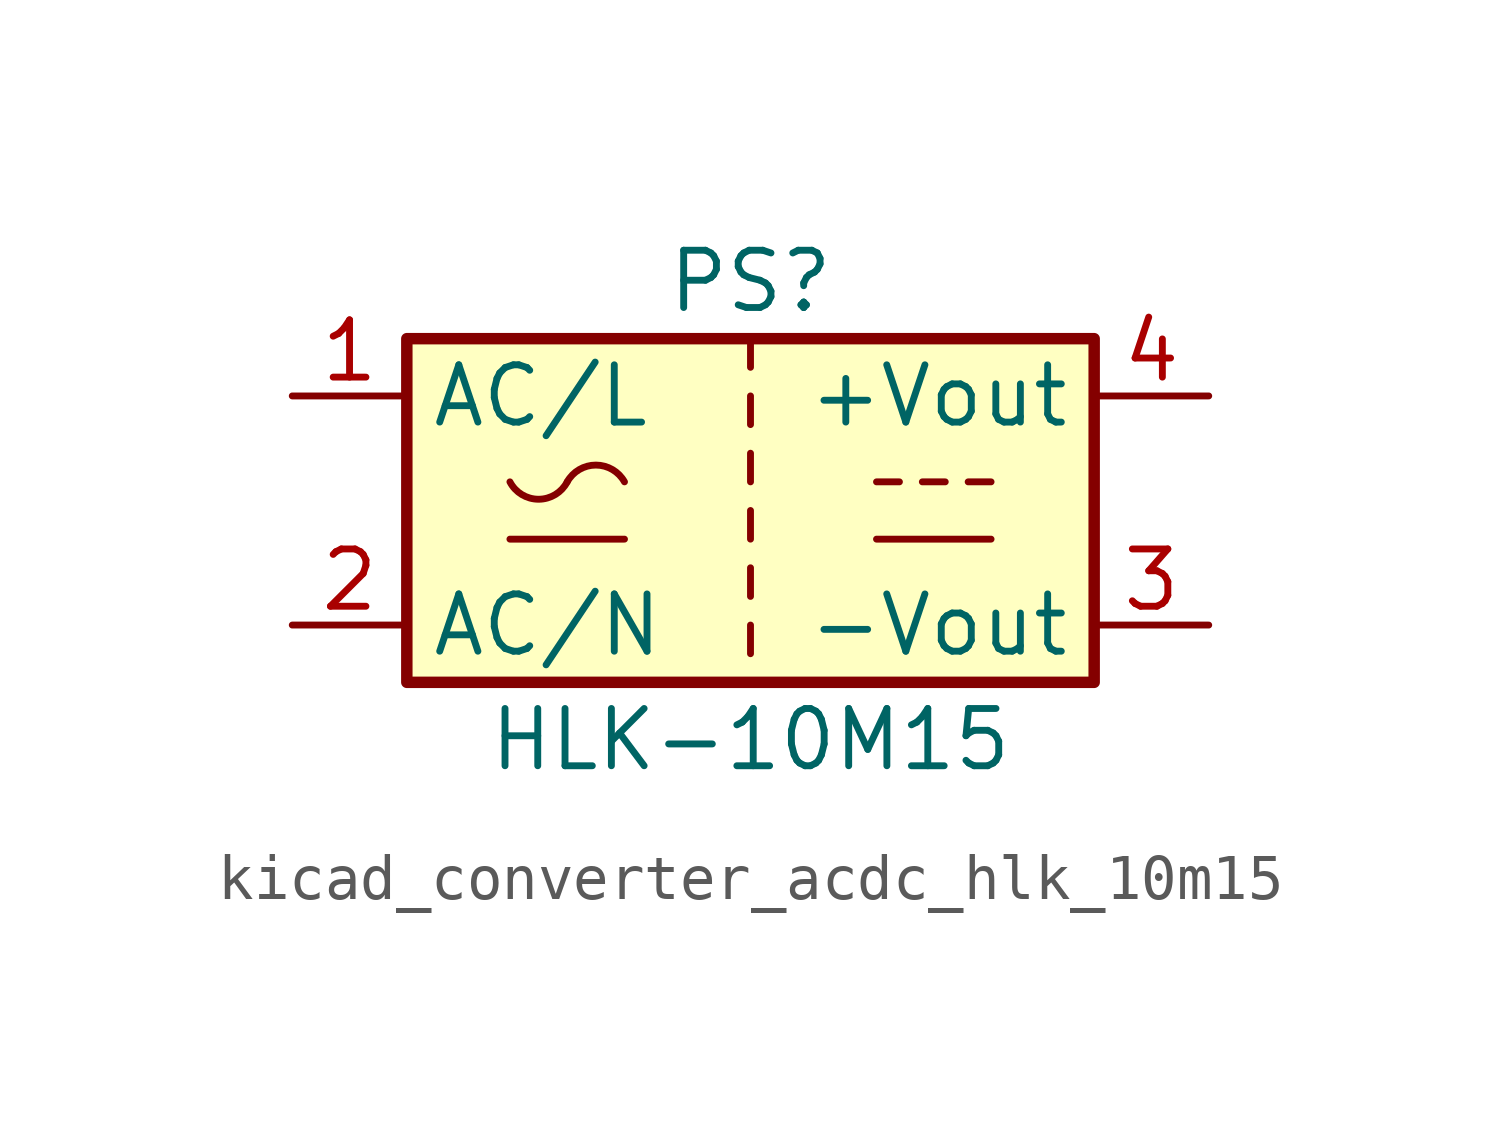
<source format=kicad_sym>
(kicad_symbol_lib
  (version 20220914)
  (generator kicad_symbol_editor)
  (symbol "kicad_converter_acdc_hlk_10m15"
    (property "Reference" "PS"
      (at 0 5.08 0)
      (effects (font (size 1.27 1.27))))
    (property "Value" "HLK-10M15"
      (at 0 -5.08 0)
      (effects (font (size 1.27 1.27))))
    (symbol "kicad_converter_acdc_hlk_10m15_0_1"
      (rectangle (start -7.62 3.81) (end 7.62 -3.81) (stroke (width 0.254) (type default)) (fill (type background)))
      (arc (start -5.334 0.635) (mid -4.699 0.2495) (end -4.064 0.635) (stroke (width 0) (type default)) (fill (type none)))
      (arc (start -2.794 0.635) (mid -3.429 1.0072) (end -4.064 0.635) (stroke (width 0) (type default)) (fill (type none)))
      (polyline (pts (xy -5.334 -0.635) (xy -2.794 -0.635)) (stroke (width 0) (type default)) (fill (type none)))
      (polyline (pts (xy 0 -2.54) (xy 0 -3.175)) (stroke (width 0) (type default)) (fill (type none)))
      (polyline (pts (xy 0 -1.27) (xy 0 -1.905)) (stroke (width 0) (type default)) (fill (type none)))
      (polyline (pts (xy 0 0) (xy 0 -0.635)) (stroke (width 0) (type default)) (fill (type none)))
      (polyline (pts (xy 0 1.27) (xy 0 0.635)) (stroke (width 0) (type default)) (fill (type none)))
      (polyline (pts (xy 0 2.54) (xy 0 1.905)) (stroke (width 0) (type default)) (fill (type none)))
      (polyline (pts (xy 0 3.81) (xy 0 3.175)) (stroke (width 0) (type default)) (fill (type none)))
      (polyline (pts (xy 2.794 -0.635) (xy 5.334 -0.635)) (stroke (width 0) (type default)) (fill (type none)))
      (polyline (pts (xy 2.794 0.635) (xy 3.302 0.635)) (stroke (width 0) (type default)) (fill (type none)))
      (polyline (pts (xy 3.81 0.635) (xy 4.318 0.635)) (stroke (width 0) (type default)) (fill (type none)))
      (polyline (pts (xy 4.826 0.635) (xy 5.334 0.635)) (stroke (width 0) (type default)) (fill (type none))))
    (symbol "kicad_converter_acdc_hlk_10m15_1_1"
      (pin power_in line (at -10.16 2.54 0) (length 2.54) (name "AC/L" (effects (font (size 1.27 1.27)))) (number "1" (effects (font (size 1.27 1.27)))))
      (pin power_in line (at -10.16 -2.54 0) (length 2.54) (name "AC/N" (effects (font (size 1.27 1.27)))) (number "2" (effects (font (size 1.27 1.27)))))
      (pin power_out line (at 10.16 -2.54 180) (length 2.54) (name "-Vout" (effects (font (size 1.27 1.27)))) (number "3" (effects (font (size 1.27 1.27)))))
      (pin power_out line (at 10.16 2.54 180) (length 2.54) (name "+Vout" (effects (font (size 1.27 1.27)))) (number "4" (effects (font (size 1.27 1.27))))))))
</source>
